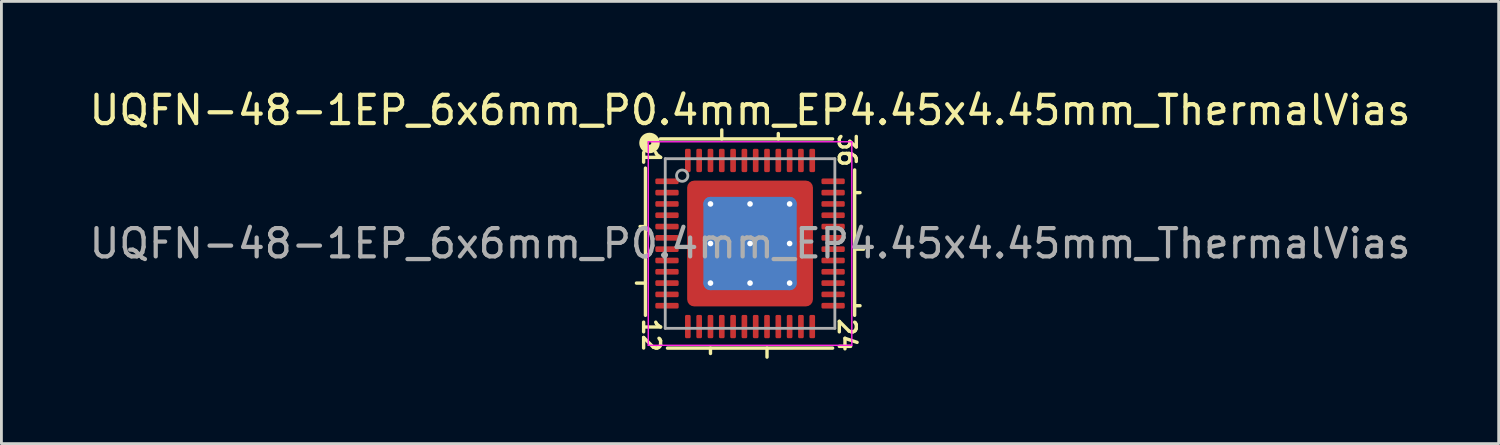
<source format=kicad_pcb>
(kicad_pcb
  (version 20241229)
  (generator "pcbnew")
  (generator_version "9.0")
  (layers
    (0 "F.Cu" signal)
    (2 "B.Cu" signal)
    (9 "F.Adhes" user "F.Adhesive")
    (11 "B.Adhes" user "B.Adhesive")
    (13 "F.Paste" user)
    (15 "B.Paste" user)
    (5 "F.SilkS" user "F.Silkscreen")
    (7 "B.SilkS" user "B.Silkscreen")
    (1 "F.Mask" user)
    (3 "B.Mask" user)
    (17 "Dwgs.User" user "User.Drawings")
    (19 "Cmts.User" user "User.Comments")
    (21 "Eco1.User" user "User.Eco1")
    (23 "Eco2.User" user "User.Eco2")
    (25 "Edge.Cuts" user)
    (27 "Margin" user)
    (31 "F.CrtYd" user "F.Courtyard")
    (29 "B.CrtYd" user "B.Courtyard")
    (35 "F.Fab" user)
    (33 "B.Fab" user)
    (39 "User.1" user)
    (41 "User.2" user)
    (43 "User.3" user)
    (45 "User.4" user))
  (footprint "UQFN-48-1EP_6x6mm_P0.4mm_EP4.45x4.45mm_ThermalVias"
    (layer "F.Cu")
    (at 23.482 5.564)
    (property "Reference" "UQFN-48-1EP_6x6mm_P0.4mm_EP4.45x4.45mm_ThermalVias" (at 0 -4.716 0) (layer "F.SilkS") (effects (font (size 1 1) (thickness 0.15))))
    (attr smd)
    (fp_line (start -3.7 -2.667) (end -3.7 2.54) (stroke (width 0.12) (type solid)) (layer "F.SilkS"))
    (fp_line (start -3.7 -0.6) (end -3.89 -0.6) (stroke (width 0.12) (type solid)) (layer "F.SilkS"))
    (fp_line (start -3.7 1.4) (end -4.018 1.4) (stroke (width 0.12) (type solid)) (layer "F.SilkS"))
    (fp_line (start -2.921 3.7) (end 2.921 3.7) (stroke (width 0.12) (type solid)) (layer "F.SilkS"))
    (fp_line (start -1.4 3.89) (end -1.4 3.7) (stroke (width 0.12) (type solid)) (layer "F.SilkS"))
    (fp_line (start -1 -3.7) (end -1 -4.018) (stroke (width 0.12) (type solid)) (layer "F.SilkS"))
    (fp_line (start 0.6 3.7) (end 0.6 4.018) (stroke (width 0.12) (type solid)) (layer "F.SilkS"))
    (fp_line (start 1 -3.7) (end 1 -3.89) (stroke (width 0.12) (type solid)) (layer "F.SilkS"))
    (fp_line (start 2.921 -3.7) (end -3.175 -3.7) (stroke (width 0.12) (type solid)) (layer "F.SilkS"))
    (fp_line (start 3.7 -1.8) (end 3.89 -1.8) (stroke (width 0.12) (type solid)) (layer "F.SilkS"))
    (fp_line (start 3.7 0.2) (end 4.018 0.2) (stroke (width 0.12) (type solid)) (layer "F.SilkS"))
    (fp_line (start 3.7 2.2) (end 3.89 2.2) (stroke (width 0.12) (type solid)) (layer "F.SilkS"))
    (fp_line (start 3.7 2.54) (end 3.7 -2.603) (stroke (width 0.12) (type solid)) (layer "F.SilkS"))
    (fp_circle (center -3.556 -3.556) (end -3.493 -3.556) (stroke (width 0.3) (type solid)) (fill no) (layer "F.SilkS"))
    (fp_line (start -3.6 -3.6) (end -3.6 3.6) (stroke (width 0.05) (type solid)) (layer "F.CrtYd"))
    (fp_line (start -3.6 3.6) (end 3.6 3.6) (stroke (width 0.05) (type solid)) (layer "F.CrtYd"))
    (fp_line (start 3.6 -3.6) (end -3.6 -3.6) (stroke (width 0.05) (type solid)) (layer "F.CrtYd"))
    (fp_line (start 3.6 3.6) (end 3.6 -3.6) (stroke (width 0.05) (type solid)) (layer "F.CrtYd"))
    (fp_line (start -3 -3) (end 3 -3) (stroke (width 0.1) (type solid)) (layer "F.Fab"))
    (fp_line (start -3 3) (end -3 -3) (stroke (width 0.1) (type solid)) (layer "F.Fab"))
    (fp_line (start 3 -3) (end 3 3) (stroke (width 0.1) (type solid)) (layer "F.Fab"))
    (fp_line (start 3 3) (end -3 3) (stroke (width 0.1) (type solid)) (layer "F.Fab"))
    (fp_circle (center -2.4 -2.4) (end -2.2 -2.4) (stroke (width 0.1) (type solid)) (fill no) (layer "F.Fab"))
    (fp_text user "36" (at 3.429 -3.302 270) (unlocked yes) (layer "F.SilkS") (effects (font (size 0.6 0.6) (thickness 0.12))))
    (fp_text user "12" (at -3.493 3.239 270) (unlocked yes) (layer "F.SilkS") (effects (font (size 0.6 0.6) (thickness 0.12))))
    (fp_text user "24" (at 3.429 3.239 270) (unlocked yes) (layer "F.SilkS") (effects (font (size 0.6 0.6) (thickness 0.12))))
    (fp_text user "1" (at -3.493 -3.048 270) (unlocked yes) (layer "F.SilkS") (effects (font (size 0.6 0.6) (thickness 0.12))))
    (fp_text user "${REFERENCE}" (at 0 0 0) (layer "F.Fab") (effects (font (size 1 1) (thickness 0.15))))
    (pad "" smd custom (at -1.812 -1.812) (size 0.578 0.578) (layers "F.Paste") (options (anchor circle)) (primitives (gr_poly (pts (xy 0.246 0.174) (xy 0.174 0.246) (xy -0.246 0.246) (xy -0.246 -0.246) (xy 0.246 -0.246)) (width 0.174) (fill yes))))
    (pad "" smd roundrect (at -1.812 -0.7) (size 0.665 1.129) (layers "F.Paste") (roundrect_rratio 0.25))
    (pad "" smd roundrect (at -1.812 0.7) (size 0.665 1.129) (layers "F.Paste") (roundrect_rratio 0.25))
    (pad "" smd custom (at -1.812 1.812) (size 0.578 0.578) (layers "F.Paste") (options (anchor circle)) (primitives (gr_poly (pts (xy 0.246 -0.174) (xy 0.246 0.246) (xy -0.246 0.246) (xy -0.246 -0.246) (xy 0.174 -0.246)) (width 0.174) (fill yes))))
    (pad "" smd roundrect (at -0.7 -1.812) (size 1.129 0.665) (layers "F.Paste") (roundrect_rratio 0.25))
    (pad "" smd roundrect (at -0.7 -0.7) (size 1.129 1.129) (layers "F.Paste") (roundrect_rratio 0.221))
    (pad "" smd roundrect (at -0.7 0.7) (size 1.129 1.129) (layers "F.Paste") (roundrect_rratio 0.221))
    (pad "" smd roundrect (at -0.7 1.812) (size 1.129 0.665) (layers "F.Paste") (roundrect_rratio 0.25))
    (pad "" smd roundrect (at 0.7 -1.812) (size 1.129 0.665) (layers "F.Paste") (roundrect_rratio 0.25))
    (pad "" smd roundrect (at 0.7 -0.7) (size 1.129 1.129) (layers "F.Paste") (roundrect_rratio 0.221))
    (pad "" smd roundrect (at 0.7 0.7) (size 1.129 1.129) (layers "F.Paste") (roundrect_rratio 0.221))
    (pad "" smd roundrect (at 0.7 1.812) (size 1.129 0.665) (layers "F.Paste") (roundrect_rratio 0.25))
    (pad "" smd custom (at 1.812 -1.812) (size 0.578 0.578) (layers "F.Paste") (options (anchor circle)) (primitives (gr_poly (pts (xy 0.246 0.246) (xy -0.174 0.246) (xy -0.246 0.174) (xy -0.246 -0.246) (xy 0.246 -0.246)) (width 0.174) (fill yes))))
    (pad "" smd roundrect (at 1.812 -0.7) (size 0.665 1.129) (layers "F.Paste") (roundrect_rratio 0.25))
    (pad "" smd roundrect (at 1.812 0.7) (size 0.665 1.129) (layers "F.Paste") (roundrect_rratio 0.25))
    (pad "" smd custom (at 1.812 1.812) (size 0.578 0.578) (layers "F.Paste") (options (anchor circle)) (primitives (gr_poly (pts (xy 0.246 0.246) (xy -0.246 0.246) (xy -0.246 -0.174) (xy -0.174 -0.246) (xy 0.246 -0.246)) (width 0.174) (fill yes))))
    (pad "1" smd roundrect (at -2.938 -2.2) (size 0.825 0.2) (layers "F.Cu" "F.Mask" "F.Paste") (roundrect_rratio 0.25))
    (pad "2" smd roundrect (at -2.938 -1.8) (size 0.825 0.2) (layers "F.Cu" "F.Mask" "F.Paste") (roundrect_rratio 0.25))
    (pad "3" smd roundrect (at -2.938 -1.4) (size 0.825 0.2) (layers "F.Cu" "F.Mask" "F.Paste") (roundrect_rratio 0.25))
    (pad "4" smd roundrect (at -2.938 -1) (size 0.825 0.2) (layers "F.Cu" "F.Mask" "F.Paste") (roundrect_rratio 0.25))
    (pad "5" smd roundrect (at -2.938 -0.6) (size 0.825 0.2) (layers "F.Cu" "F.Mask" "F.Paste") (roundrect_rratio 0.25))
    (pad "6" smd roundrect (at -2.938 -0.2) (size 0.825 0.2) (layers "F.Cu" "F.Mask" "F.Paste") (roundrect_rratio 0.25))
    (pad "7" smd roundrect (at -2.938 0.2) (size 0.825 0.2) (layers "F.Cu" "F.Mask" "F.Paste") (roundrect_rratio 0.25))
    (pad "8" smd roundrect (at -2.938 0.6) (size 0.825 0.2) (layers "F.Cu" "F.Mask" "F.Paste") (roundrect_rratio 0.25))
    (pad "9" smd roundrect (at -2.938 1) (size 0.825 0.2) (layers "F.Cu" "F.Mask" "F.Paste") (roundrect_rratio 0.25))
    (pad "10" smd roundrect (at -2.938 1.4) (size 0.825 0.2) (layers "F.Cu" "F.Mask" "F.Paste") (roundrect_rratio 0.25))
    (pad "11" smd roundrect (at -2.938 1.8) (size 0.825 0.2) (layers "F.Cu" "F.Mask" "F.Paste") (roundrect_rratio 0.25))
    (pad "12" smd roundrect (at -2.938 2.2) (size 0.825 0.2) (layers "F.Cu" "F.Mask" "F.Paste") (roundrect_rratio 0.25))
    (pad "13" smd roundrect (at -2.2 2.938) (size 0.2 0.825) (layers "F.Cu" "F.Mask" "F.Paste") (roundrect_rratio 0.25))
    (pad "14" smd roundrect (at -1.8 2.938) (size 0.2 0.825) (layers "F.Cu" "F.Mask" "F.Paste") (roundrect_rratio 0.25))
    (pad "15" smd roundrect (at -1.4 2.938) (size 0.2 0.825) (layers "F.Cu" "F.Mask" "F.Paste") (roundrect_rratio 0.25))
    (pad "16" smd roundrect (at -1 2.938) (size 0.2 0.825) (layers "F.Cu" "F.Mask" "F.Paste") (roundrect_rratio 0.25))
    (pad "17" smd roundrect (at -0.6 2.938) (size 0.2 0.825) (layers "F.Cu" "F.Mask" "F.Paste") (roundrect_rratio 0.25))
    (pad "18" smd roundrect (at -0.2 2.938) (size 0.2 0.825) (layers "F.Cu" "F.Mask" "F.Paste") (roundrect_rratio 0.25))
    (pad "19" smd roundrect (at 0.2 2.938) (size 0.2 0.825) (layers "F.Cu" "F.Mask" "F.Paste") (roundrect_rratio 0.25))
    (pad "20" smd roundrect (at 0.6 2.938) (size 0.2 0.825) (layers "F.Cu" "F.Mask" "F.Paste") (roundrect_rratio 0.25))
    (pad "21" smd roundrect (at 1 2.938) (size 0.2 0.825) (layers "F.Cu" "F.Mask" "F.Paste") (roundrect_rratio 0.25))
    (pad "22" smd roundrect (at 1.4 2.938) (size 0.2 0.825) (layers "F.Cu" "F.Mask" "F.Paste") (roundrect_rratio 0.25))
    (pad "23" smd roundrect (at 1.8 2.938) (size 0.2 0.825) (layers "F.Cu" "F.Mask" "F.Paste") (roundrect_rratio 0.25))
    (pad "24" smd roundrect (at 2.2 2.938) (size 0.2 0.825) (layers "F.Cu" "F.Mask" "F.Paste") (roundrect_rratio 0.25))
    (pad "25" smd roundrect (at 2.938 2.2) (size 0.825 0.2) (layers "F.Cu" "F.Mask" "F.Paste") (roundrect_rratio 0.25))
    (pad "26" smd roundrect (at 2.938 1.8) (size 0.825 0.2) (layers "F.Cu" "F.Mask" "F.Paste") (roundrect_rratio 0.25))
    (pad "27" smd roundrect (at 2.938 1.4) (size 0.825 0.2) (layers "F.Cu" "F.Mask" "F.Paste") (roundrect_rratio 0.25))
    (pad "28" smd roundrect (at 2.938 1) (size 0.825 0.2) (layers "F.Cu" "F.Mask" "F.Paste") (roundrect_rratio 0.25))
    (pad "29" smd roundrect (at 2.938 0.6) (size 0.825 0.2) (layers "F.Cu" "F.Mask" "F.Paste") (roundrect_rratio 0.25))
    (pad "30" smd roundrect (at 2.938 0.2) (size 0.825 0.2) (layers "F.Cu" "F.Mask" "F.Paste") (roundrect_rratio 0.25))
    (pad "31" smd roundrect (at 2.938 -0.2) (size 0.825 0.2) (layers "F.Cu" "F.Mask" "F.Paste") (roundrect_rratio 0.25))
    (pad "32" smd roundrect (at 2.938 -0.6) (size 0.825 0.2) (layers "F.Cu" "F.Mask" "F.Paste") (roundrect_rratio 0.25))
    (pad "33" smd roundrect (at 2.938 -1) (size 0.825 0.2) (layers "F.Cu" "F.Mask" "F.Paste") (roundrect_rratio 0.25))
    (pad "34" smd roundrect (at 2.938 -1.4) (size 0.825 0.2) (layers "F.Cu" "F.Mask" "F.Paste") (roundrect_rratio 0.25))
    (pad "35" smd roundrect (at 2.938 -1.8) (size 0.825 0.2) (layers "F.Cu" "F.Mask" "F.Paste") (roundrect_rratio 0.25))
    (pad "36" smd roundrect (at 2.938 -2.2) (size 0.825 0.2) (layers "F.Cu" "F.Mask" "F.Paste") (roundrect_rratio 0.25))
    (pad "37" smd roundrect (at 2.2 -2.938) (size 0.2 0.825) (layers "F.Cu" "F.Mask" "F.Paste") (roundrect_rratio 0.25))
    (pad "38" smd roundrect (at 1.8 -2.938) (size 0.2 0.825) (layers "F.Cu" "F.Mask" "F.Paste") (roundrect_rratio 0.25))
    (pad "39" smd roundrect (at 1.4 -2.938) (size 0.2 0.825) (layers "F.Cu" "F.Mask" "F.Paste") (roundrect_rratio 0.25))
    (pad "40" smd roundrect (at 1 -2.938) (size 0.2 0.825) (layers "F.Cu" "F.Mask" "F.Paste") (roundrect_rratio 0.25))
    (pad "41" smd roundrect (at 0.6 -2.938) (size 0.2 0.825) (layers "F.Cu" "F.Mask" "F.Paste") (roundrect_rratio 0.25))
    (pad "42" smd roundrect (at 0.2 -2.938) (size 0.2 0.825) (layers "F.Cu" "F.Mask" "F.Paste") (roundrect_rratio 0.25))
    (pad "43" smd roundrect (at -0.2 -2.938) (size 0.2 0.825) (layers "F.Cu" "F.Mask" "F.Paste") (roundrect_rratio 0.25))
    (pad "44" smd roundrect (at -0.6 -2.938) (size 0.2 0.825) (layers "F.Cu" "F.Mask" "F.Paste") (roundrect_rratio 0.25))
    (pad "45" smd roundrect (at -1 -2.938) (size 0.2 0.825) (layers "F.Cu" "F.Mask" "F.Paste") (roundrect_rratio 0.25))
    (pad "46" smd roundrect (at -1.4 -2.938) (size 0.2 0.825) (layers "F.Cu" "F.Mask" "F.Paste") (roundrect_rratio 0.25))
    (pad "47" smd roundrect (at -1.8 -2.938) (size 0.2 0.825) (layers "F.Cu" "F.Mask" "F.Paste") (roundrect_rratio 0.25))
    (pad "48" smd roundrect (at -2.2 -2.938) (size 0.2 0.825) (layers "F.Cu" "F.Mask" "F.Paste") (roundrect_rratio 0.25))
    (pad "49" thru_hole circle (at -1.4 -1.4) (size 0.5 0.5) (drill 0.2) (property pad_prop_heatsink) (layers "*.Cu"))
    (pad "49" thru_hole circle (at -1.4 0) (size 0.5 0.5) (drill 0.2) (property pad_prop_heatsink) (layers "*.Cu"))
    (pad "49" thru_hole circle (at -1.4 1.4) (size 0.5 0.5) (drill 0.2) (property pad_prop_heatsink) (layers "*.Cu"))
    (pad "49" thru_hole circle (at 0 -1.4) (size 0.5 0.5) (drill 0.2) (property pad_prop_heatsink) (layers "*.Cu"))
    (pad "49" thru_hole circle (at 0 0) (size 0.5 0.5) (drill 0.2) (property pad_prop_heatsink) (layers "*.Cu"))
    (pad "49" smd roundrect (at 0 0) (size 3.3 3.3) (layers "B.Cu" "B.Mask") (roundrect_rratio 0.076))
    (pad "49" smd roundrect (at 0 0) (size 4.45 4.45) (layers "F.Cu" "F.Mask") (roundrect_rratio 0.056))
    (pad "49" thru_hole circle (at 0 1.4) (size 0.5 0.5) (drill 0.2) (property pad_prop_heatsink) (layers "*.Cu"))
    (pad "49" thru_hole circle (at 1.4 -1.4) (size 0.5 0.5) (drill 0.2) (property pad_prop_heatsink) (layers "*.Cu"))
    (pad "49" thru_hole circle (at 1.4 0) (size 0.5 0.5) (drill 0.2) (property pad_prop_heatsink) (layers "*.Cu"))
    (pad "49" thru_hole circle (at 1.4 1.4) (size 0.5 0.5) (drill 0.2) (property pad_prop_heatsink) (layers "*.Cu")))
  (gr_rect
    (start -3 -3)
    (end 49.964 12.642)
    (stroke (width 0.1) (type default))
    (fill no)
    (layer "Edge.Cuts")))
</source>
